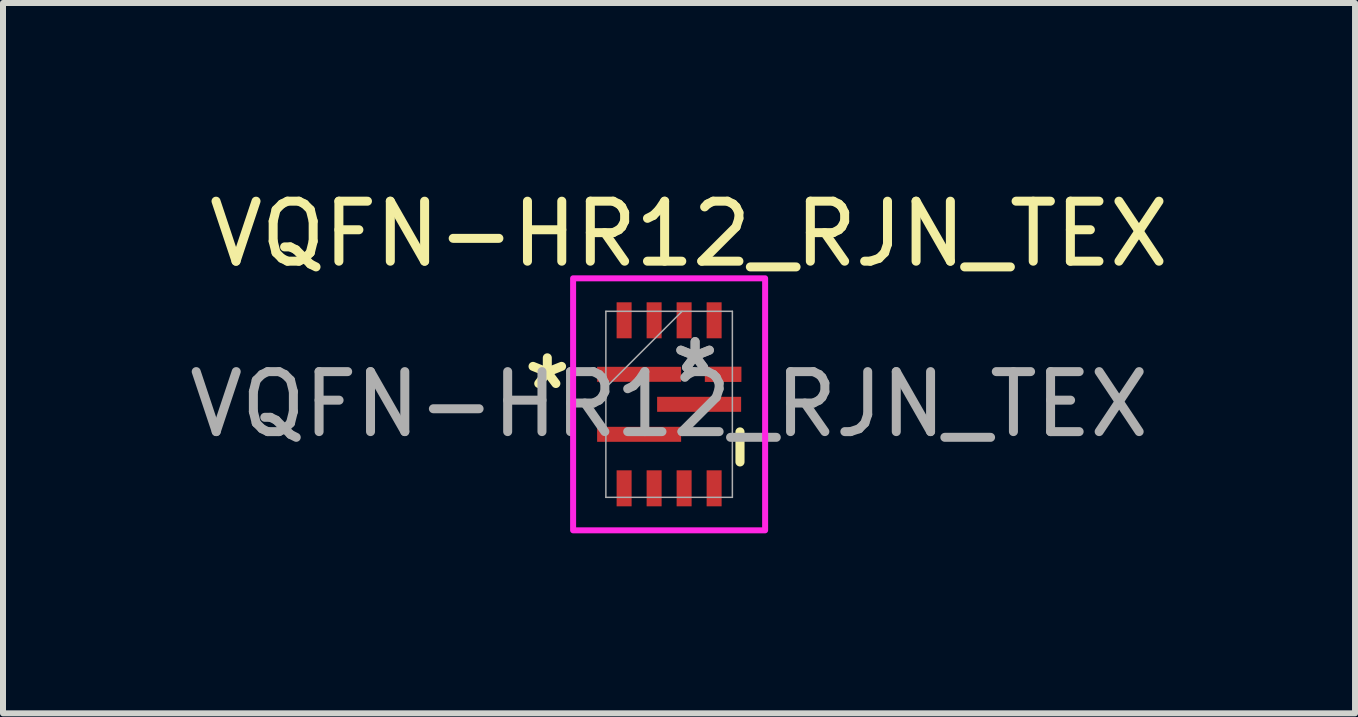
<source format=kicad_pcb>
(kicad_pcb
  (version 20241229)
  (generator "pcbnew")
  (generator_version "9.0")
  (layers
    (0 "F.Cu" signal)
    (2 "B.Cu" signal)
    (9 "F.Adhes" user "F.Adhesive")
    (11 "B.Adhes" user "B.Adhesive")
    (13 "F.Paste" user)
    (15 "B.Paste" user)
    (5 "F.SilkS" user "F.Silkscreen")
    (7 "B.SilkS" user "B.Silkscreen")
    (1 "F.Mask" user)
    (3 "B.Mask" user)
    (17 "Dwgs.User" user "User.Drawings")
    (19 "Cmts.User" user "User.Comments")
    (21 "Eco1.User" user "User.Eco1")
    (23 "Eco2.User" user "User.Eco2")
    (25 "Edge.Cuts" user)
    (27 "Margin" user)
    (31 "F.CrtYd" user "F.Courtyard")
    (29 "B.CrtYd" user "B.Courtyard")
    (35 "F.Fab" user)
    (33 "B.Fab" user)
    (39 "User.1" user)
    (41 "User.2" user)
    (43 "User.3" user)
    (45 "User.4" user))
  (footprint "VQFN-HR12_RJN_TEX"
    (layer "F.Cu")
    (at 8.101 3.688)
    (property "Reference" "VQFN-HR12_RJN_TEX" (at 0.33 -2.84 0) (unlocked yes) (layer "F.SilkS") (effects (font (size 1 1) (thickness 0.15))))
    (attr smd)
    (fp_line (start 1.181 0.46) (end 1.181 0.96) (stroke (width 0.152) (type solid)) (layer "F.SilkS"))
    (fp_rect (start -1.2 -0.625) (end -0.6 -0.375) (stroke (width 0) (type solid)) (fill yes) (layer "F.Paste"))
    (fp_rect (start -1.2 0.375) (end -0.6 0.625) (stroke (width 0) (type solid)) (fill yes) (layer "F.Paste"))
    (fp_rect (start -0.4 -0.625) (end 0.2 -0.375) (stroke (width 0) (type solid)) (fill yes) (layer "F.Paste"))
    (fp_rect (start -0.4 0.375) (end 0.2 0.625) (stroke (width 0) (type solid)) (fill yes) (layer "F.Paste"))
    (fp_rect (start -0.2 -0.125) (end 0.4 0.125) (stroke (width 0) (type solid)) (fill yes) (layer "F.Paste"))
    (fp_rect (start 0.6 -0.125) (end 1.2 0.125) (stroke (width 0) (type solid)) (fill yes) (layer "F.Paste"))
    (fp_rect (start -1.6 -2.1) (end 1.6 2.1) (stroke (width 0.1) (type default)) (fill no) (layer "F.CrtYd"))
    (fp_line (start -1.054 -1.55) (end -1.054 1.55) (stroke (width 0.025) (type solid)) (layer "F.Fab"))
    (fp_line (start -1.054 -0.28) (end 0.216 -1.55) (stroke (width 0.025) (type solid)) (layer "F.Fab"))
    (fp_line (start -1.054 1.55) (end 1.054 1.55) (stroke (width 0.025) (type solid)) (layer "F.Fab"))
    (fp_line (start 1.054 -1.55) (end -1.054 -1.55) (stroke (width 0.025) (type solid)) (layer "F.Fab"))
    (fp_line (start 1.054 1.55) (end 1.054 -1.55) (stroke (width 0.025) (type solid)) (layer "F.Fab"))
    (fp_text user "*" (at -2.03 -0.23 0) (layer "F.SilkS") (effects (font (size 1 1) (thickness 0.15))))
    (fp_text user "*" (at 0.433 -0.5 0) (unlocked yes) (layer "F.Fab") (effects (font (size 1 1) (thickness 0.15))))
    (fp_text user "*" (at 0.433 -0.5 0) (layer "F.Fab") (effects (font (size 1 1) (thickness 0.15))))
    (fp_text user "${REFERENCE}" (at 0 0 0) (unlocked yes) (layer "F.Fab") (effects (font (size 1 1) (thickness 0.15))))
    (pad "1" smd rect (at -0.5 -0.5) (size 1.4 0.25) (layers "F.Cu" "F.Mask"))
    (pad "2" smd rect (at -0.5 0.5) (size 1.4 0.25) (layers "F.Cu" "F.Mask"))
    (pad "3" smd rect (at -0.75 1.4 90) (size 0.6 0.25) (layers "F.Cu" "F.Mask" "F.Paste"))
    (pad "4" smd rect (at -0.25 1.4 90) (size 0.6 0.25) (layers "F.Cu" "F.Mask" "F.Paste"))
    (pad "5" smd rect (at 0.25 1.4 90) (size 0.6 0.25) (layers "F.Cu" "F.Mask" "F.Paste"))
    (pad "6" smd rect (at 0.75 1.4 90) (size 0.6 0.25) (layers "F.Cu" "F.Mask" "F.Paste"))
    (pad "7" smd rect (at 0.5 0) (size 1.4 0.25) (layers "F.Cu" "F.Mask"))
    (pad "8" smd rect (at 0.9 -0.5) (size 0.61 0.254) (layers "F.Cu" "F.Mask" "F.Paste"))
    (pad "9" smd rect (at 0.75 -1.4 90) (size 0.6 0.25) (layers "F.Cu" "F.Mask" "F.Paste"))
    (pad "10" smd rect (at 0.25 -1.4 90) (size 0.6 0.25) (layers "F.Cu" "F.Mask" "F.Paste"))
    (pad "11" smd rect (at -0.25 -1.4 90) (size 0.6 0.25) (layers "F.Cu" "F.Mask" "F.Paste"))
    (pad "12" smd rect (at -0.75 -1.4 90) (size 0.6 0.25) (layers "F.Cu" "F.Mask" "F.Paste")))
  (gr_rect
    (start -3 -3)
    (end 19.532 8.838)
    (stroke (width 0.1) (type default))
    (fill no)
    (layer "Edge.Cuts")))
</source>
